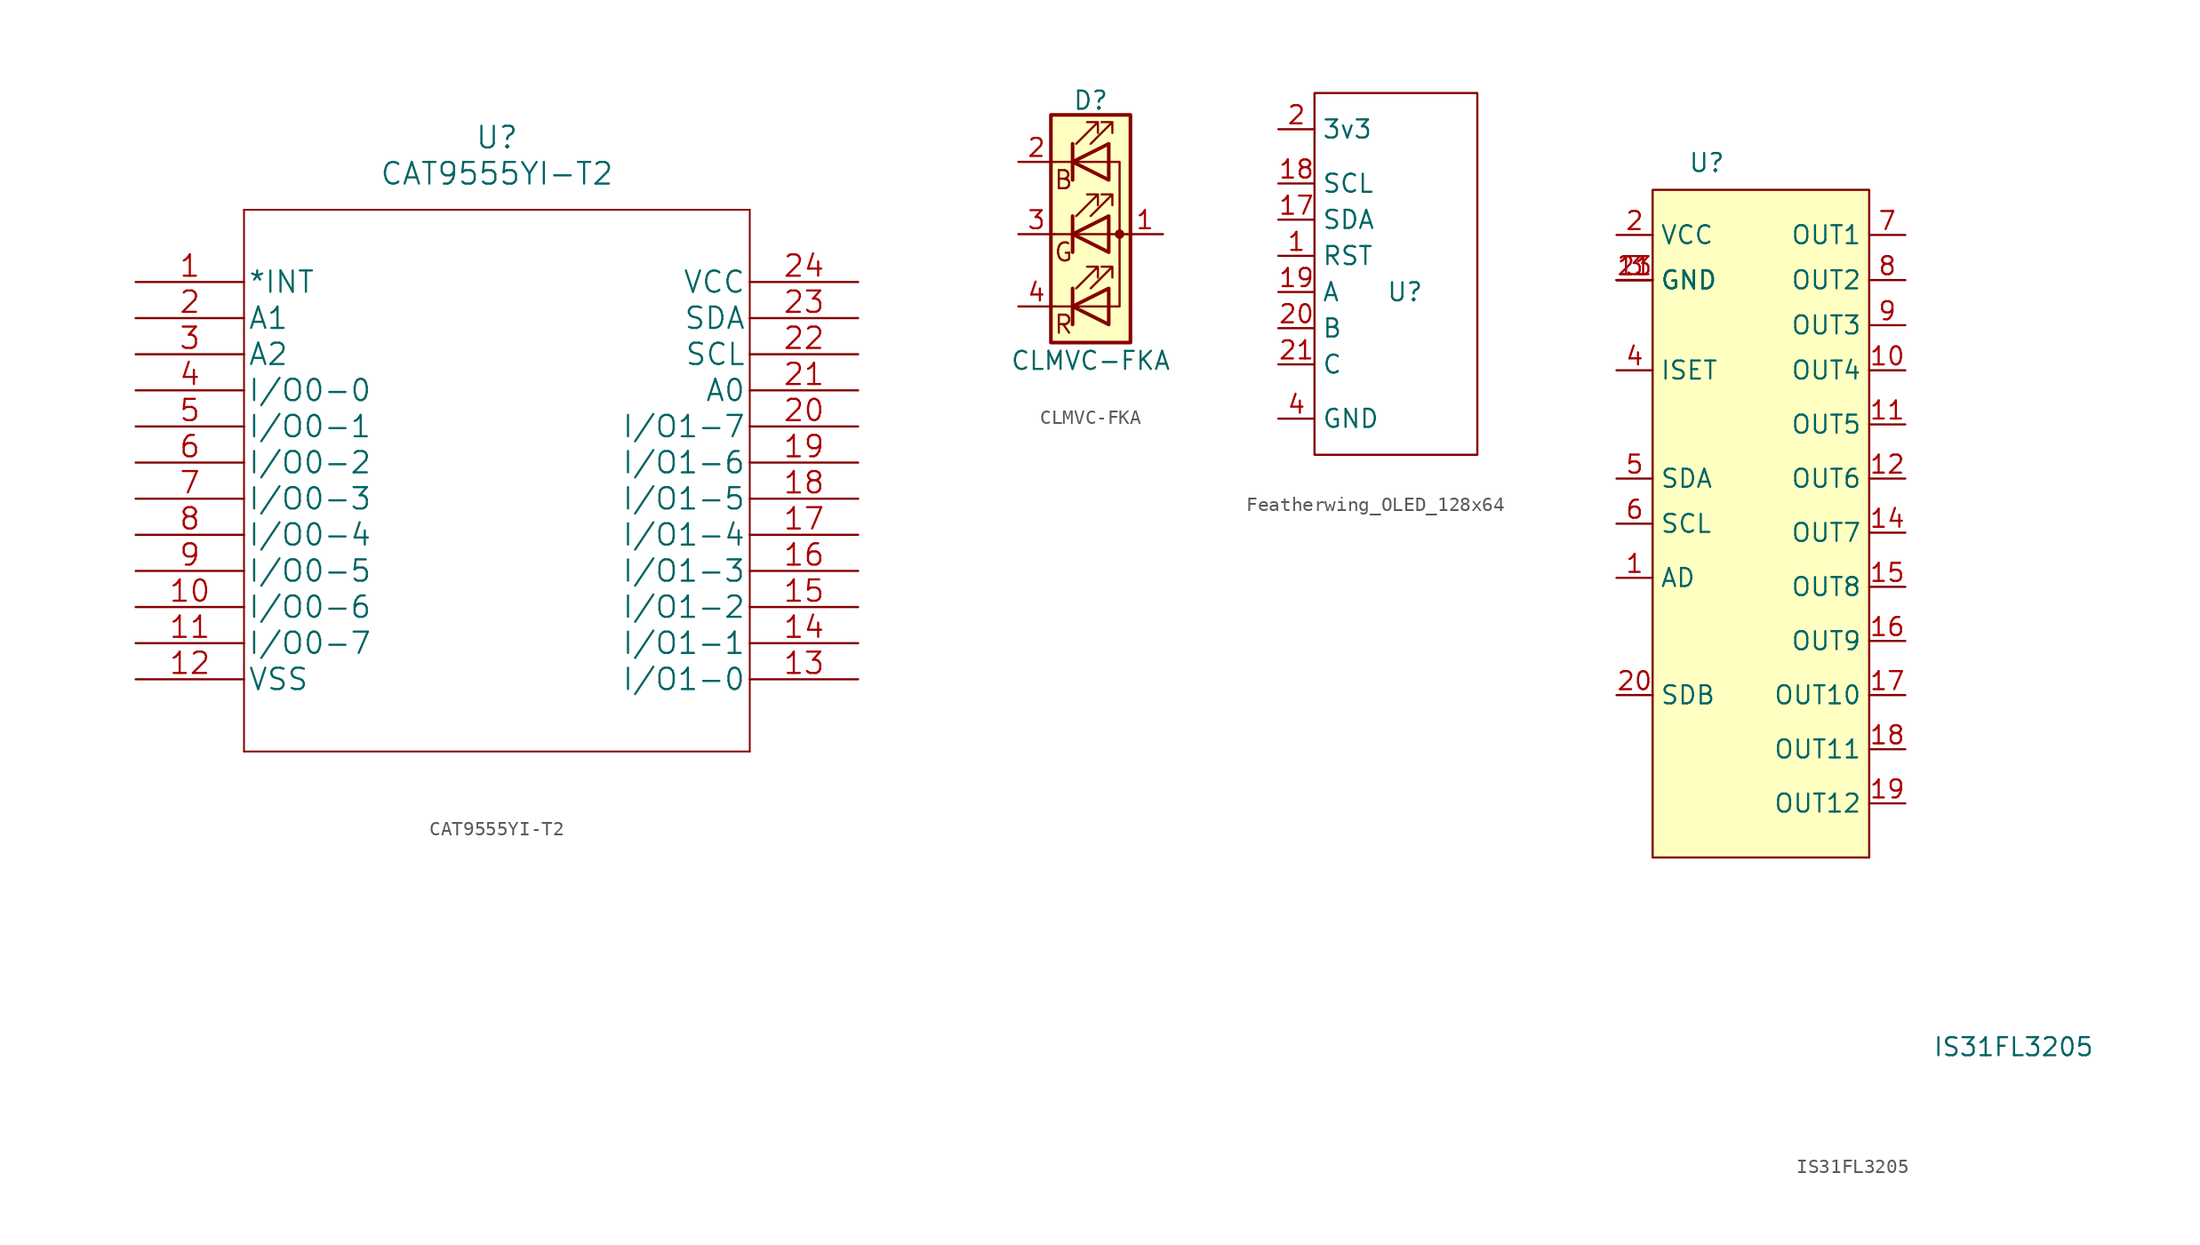
<source format=kicad_sym>
(kicad_symbol_lib
  (version 20220914)
  (generator kicad_symbol_editor)
  (symbol "CAT9555YI-T2"
    (pin_names
      (offset 0.254))
    (property "Reference" "U"
      (at 25.4 10.16 0)
      (effects (font (size 1.524 1.524))))
    (property "Value" "CAT9555YI-T2"
      (at 25.4 7.62 0)
      (effects (font (size 1.524 1.524))))
    (property "Datasheet" ""
      (at 0 0 0)
      (effects (font (size 1.524 1.524))))
    (symbol "CAT9555YI-T2_1_1"
      (polyline (pts (xy 7.62 -33.02) (xy 43.18 -33.02)) (stroke (width 0.127) (type default)) (fill (type none)))
      (polyline (pts (xy 7.62 5.08) (xy 7.62 -33.02)) (stroke (width 0.127) (type default)) (fill (type none)))
      (polyline (pts (xy 43.18 -33.02) (xy 43.18 5.08)) (stroke (width 0.127) (type default)) (fill (type none)))
      (polyline (pts (xy 43.18 5.08) (xy 7.62 5.08)) (stroke (width 0.127) (type default)) (fill (type none)))
      (pin output line (at 0 0 0) (length 7.62) (name "*INT" (effects (font (size 1.499 1.499)))) (number "1" (effects (font (size 1.499 1.499)))))
      (pin bidirectional line (at 0 -22.86 0) (length 7.62) (name "I/O0-6" (effects (font (size 1.499 1.499)))) (number "10" (effects (font (size 1.499 1.499)))))
      (pin bidirectional line (at 0 -25.4 0) (length 7.62) (name "I/O0-7" (effects (font (size 1.499 1.499)))) (number "11" (effects (font (size 1.499 1.499)))))
      (pin power_in line (at 0 -27.94 0) (length 7.62) (name "VSS" (effects (font (size 1.499 1.499)))) (number "12" (effects (font (size 1.499 1.499)))))
      (pin bidirectional line (at 50.8 -27.94 180) (length 7.62) (name "I/O1-0" (effects (font (size 1.499 1.499)))) (number "13" (effects (font (size 1.499 1.499)))))
      (pin bidirectional line (at 50.8 -25.4 180) (length 7.62) (name "I/O1-1" (effects (font (size 1.499 1.499)))) (number "14" (effects (font (size 1.499 1.499)))))
      (pin bidirectional line (at 50.8 -22.86 180) (length 7.62) (name "I/O1-2" (effects (font (size 1.499 1.499)))) (number "15" (effects (font (size 1.499 1.499)))))
      (pin bidirectional line (at 50.8 -20.32 180) (length 7.62) (name "I/O1-3" (effects (font (size 1.499 1.499)))) (number "16" (effects (font (size 1.499 1.499)))))
      (pin bidirectional line (at 50.8 -17.78 180) (length 7.62) (name "I/O1-4" (effects (font (size 1.499 1.499)))) (number "17" (effects (font (size 1.499 1.499)))))
      (pin bidirectional line (at 50.8 -15.24 180) (length 7.62) (name "I/O1-5" (effects (font (size 1.499 1.499)))) (number "18" (effects (font (size 1.499 1.499)))))
      (pin bidirectional line (at 50.8 -12.7 180) (length 7.62) (name "I/O1-6" (effects (font (size 1.499 1.499)))) (number "19" (effects (font (size 1.499 1.499)))))
      (pin input line (at 0 -2.54 0) (length 7.62) (name "A1" (effects (font (size 1.499 1.499)))) (number "2" (effects (font (size 1.499 1.499)))))
      (pin bidirectional line (at 50.8 -10.16 180) (length 7.62) (name "I/O1-7" (effects (font (size 1.499 1.499)))) (number "20" (effects (font (size 1.499 1.499)))))
      (pin input line (at 50.8 -7.62 180) (length 7.62) (name "A0" (effects (font (size 1.499 1.499)))) (number "21" (effects (font (size 1.499 1.499)))))
      (pin unspecified line (at 50.8 -5.08 180) (length 7.62) (name "SCL" (effects (font (size 1.499 1.499)))) (number "22" (effects (font (size 1.499 1.499)))))
      (pin unspecified line (at 50.8 -2.54 180) (length 7.62) (name "SDA" (effects (font (size 1.499 1.499)))) (number "23" (effects (font (size 1.499 1.499)))))
      (pin power_in line (at 50.8 0 180) (length 7.62) (name "VCC" (effects (font (size 1.499 1.499)))) (number "24" (effects (font (size 1.499 1.499)))))
      (pin input line (at 0 -5.08 0) (length 7.62) (name "A2" (effects (font (size 1.499 1.499)))) (number "3" (effects (font (size 1.499 1.499)))))
      (pin bidirectional line (at 0 -7.62 0) (length 7.62) (name "I/O0-0" (effects (font (size 1.499 1.499)))) (number "4" (effects (font (size 1.499 1.499)))))
      (pin bidirectional line (at 0 -10.16 0) (length 7.62) (name "I/O0-1" (effects (font (size 1.499 1.499)))) (number "5" (effects (font (size 1.499 1.499)))))
      (pin bidirectional line (at 0 -12.7 0) (length 7.62) (name "I/O0-2" (effects (font (size 1.499 1.499)))) (number "6" (effects (font (size 1.499 1.499)))))
      (pin bidirectional line (at 0 -15.24 0) (length 7.62) (name "I/O0-3" (effects (font (size 1.499 1.499)))) (number "7" (effects (font (size 1.499 1.499)))))
      (pin bidirectional line (at 0 -17.78 0) (length 7.62) (name "I/O0-4" (effects (font (size 1.499 1.499)))) (number "8" (effects (font (size 1.499 1.499)))))
      (pin bidirectional line (at 0 -20.32 0) (length 7.62) (name "I/O0-5" (effects (font (size 1.499 1.499)))) (number "9" (effects (font (size 1.499 1.499)))))))
  (symbol "CLMVC-FKA"
    (pin_names
      (offset 0) hide)
    (property "Reference" "D"
      (at 0 9.398 0)
      (effects (font (size 1.27 1.27))))
    (property "Value" "CLMVC-FKA"
      (at 0 -8.89 0)
      (effects (font (size 1.27 1.27))))
    (symbol "CLMVC-FKA_0_0"
      (text "B" (at -1.905 3.81 0) (effects (font (size 1.27 1.27))))
      (text "G" (at -1.905 -1.27 0) (effects (font (size 1.27 1.27))))
      (text "R" (at -1.905 -6.35 0) (effects (font (size 1.27 1.27)))))
    (symbol "CLMVC-FKA_0_1"
      (polyline (pts (xy -2.54 -5.08) (xy 1.27 -5.08)) (stroke (width 0) (type default)) (fill (type none)))
      (polyline (pts (xy -1.27 -3.81) (xy -1.27 -6.35)) (stroke (width 0.254) (type default)) (fill (type none)))
      (polyline (pts (xy -1.27 1.27) (xy -1.27 -1.27)) (stroke (width 0.254) (type default)) (fill (type none)))
      (polyline (pts (xy -1.27 6.35) (xy -1.27 3.81)) (stroke (width 0.254) (type default)) (fill (type none)))
      (polyline (pts (xy 1.27 5.08) (xy -2.54 5.08)) (stroke (width 0) (type default)) (fill (type none)))
      (polyline (pts (xy 2.54 0) (xy -2.54 0)) (stroke (width 0) (type default)) (fill (type none)))
      (polyline (pts (xy 1.27 -5.08) (xy 2.032 -5.08) (xy 2.032 5.08) (xy 1.27 5.08)) (stroke (width 0) (type default)) (fill (type none)))
      (polyline (pts (xy 1.27 -3.81) (xy 1.27 -6.35) (xy -1.27 -5.08) (xy 1.27 -3.81)) (stroke (width 0.254) (type default)) (fill (type none)))
      (polyline (pts (xy 1.27 1.27) (xy 1.27 -1.27) (xy -1.27 0) (xy 1.27 1.27)) (stroke (width 0.254) (type default)) (fill (type none)))
      (polyline (pts (xy 1.27 6.35) (xy 1.27 3.81) (xy -1.27 5.08) (xy 1.27 6.35)) (stroke (width 0.254) (type default)) (fill (type none)))
      (polyline (pts (xy -1.016 -3.81) (xy 0.508 -2.286) (xy -0.254 -2.286) (xy 0.508 -2.286) (xy 0.508 -3.048)) (stroke (width 0) (type default)) (fill (type none)))
      (polyline (pts (xy -1.016 1.27) (xy 0.508 2.794) (xy -0.254 2.794) (xy 0.508 2.794) (xy 0.508 2.032)) (stroke (width 0) (type default)) (fill (type none)))
      (polyline (pts (xy -1.016 6.35) (xy 0.508 7.874) (xy -0.254 7.874) (xy 0.508 7.874) (xy 0.508 7.112)) (stroke (width 0) (type default)) (fill (type none)))
      (polyline (pts (xy 0 -3.81) (xy 1.524 -2.286) (xy 0.762 -2.286) (xy 1.524 -2.286) (xy 1.524 -3.048)) (stroke (width 0) (type default)) (fill (type none)))
      (polyline (pts (xy 0 1.27) (xy 1.524 2.794) (xy 0.762 2.794) (xy 1.524 2.794) (xy 1.524 2.032)) (stroke (width 0) (type default)) (fill (type none)))
      (polyline (pts (xy 0 6.35) (xy 1.524 7.874) (xy 0.762 7.874) (xy 1.524 7.874) (xy 1.524 7.112)) (stroke (width 0) (type default)) (fill (type none)))
      (rectangle (start 1.27 6.35) (end 1.27 6.35) (stroke (width 0) (type default)) (fill (type none)))
      (circle (center 2.032 0) (radius 0.254) (stroke (width 0) (type default)) (fill (type outline)))
      (rectangle (start 2.794 8.382) (end -2.794 -7.62) (stroke (width 0.254) (type default)) (fill (type background))))
    (symbol "CLMVC-FKA_1_1"
      (pin passive line (at 5.08 0 180) (length 2.54) (name "A" (effects (font (size 1.27 1.27)))) (number "1" (effects (font (size 1.27 1.27)))))
      (pin passive line (at -5.08 5.08 0) (length 2.54) (name "BK" (effects (font (size 1.27 1.27)))) (number "2" (effects (font (size 1.27 1.27)))))
      (pin passive line (at -5.08 0 0) (length 2.54) (name "GK" (effects (font (size 1.27 1.27)))) (number "3" (effects (font (size 1.27 1.27)))))
      (pin passive line (at -5.08 -5.08 0) (length 2.54) (name "RK" (effects (font (size 1.27 1.27)))) (number "4" (effects (font (size 1.27 1.27)))))))
  (symbol "Featherwing_OLED_128x64"
    (property "Reference" "U"
      (at 0 0 0)
      (effects (font (size 1.27 1.27))))
    (property "Value" ""
      (at 0 0 0)
      (effects (font (size 1.27 1.27))))
    (symbol "Featherwing_OLED_128x64_0_1"
      (rectangle (start -6.35 13.97) (end 5.08 -11.43) (stroke (width 0) (type default)) (fill (type none))))
    (symbol "Featherwing_OLED_128x64_1_1"
      (pin bidirectional line (at -8.89 2.54 0) (length 2.54) (name "RST" (effects (font (size 1.27 1.27)))) (number "1" (effects (font (size 1.27 1.27)))))
      (pin bidirectional line (at -8.89 5.08 0) (length 2.54) (name "SDA" (effects (font (size 1.27 1.27)))) (number "17" (effects (font (size 1.27 1.27)))))
      (pin bidirectional line (at -8.89 7.62 0) (length 2.54) (name "SCL" (effects (font (size 1.27 1.27)))) (number "18" (effects (font (size 1.27 1.27)))))
      (pin bidirectional line (at -8.89 0 0) (length 2.54) (name "A" (effects (font (size 1.27 1.27)))) (number "19" (effects (font (size 1.27 1.27)))))
      (pin bidirectional line (at -8.89 11.43 0) (length 2.54) (name "3v3" (effects (font (size 1.27 1.27)))) (number "2" (effects (font (size 1.27 1.27)))))
      (pin bidirectional line (at -8.89 -2.54 0) (length 2.54) (name "B" (effects (font (size 1.27 1.27)))) (number "20" (effects (font (size 1.27 1.27)))))
      (pin bidirectional line (at -8.89 -5.08 0) (length 2.54) (name "C" (effects (font (size 1.27 1.27)))) (number "21" (effects (font (size 1.27 1.27)))))
      (pin bidirectional line (at -8.89 -8.89 0) (length 2.54) (name "GND" (effects (font (size 1.27 1.27)))) (number "4" (effects (font (size 1.27 1.27)))))))
  (symbol "IS31FL3205"
    (property "Reference" "U"
      (at -3.175 12.7 0)
      (effects (font (size 1.27 1.27))))
    (property "Value" "IS31FL3205"
      (at 18.415 -49.53 0)
      (effects (font (size 1.27 1.27))))
    (symbol "IS31FL3205_0_1"
      (rectangle (start 8.255 -36.195) (end -6.985 10.795) (stroke (width 0) (type default)) (fill (type background))))
    (symbol "IS31FL3205_1_1"
      (pin input line (at -9.525 -16.51 0) (length 2.54) (name "AD" (effects (font (size 1.27 1.27)))) (number "1" (effects (font (size 1.27 1.27)))))
      (pin output line (at 10.795 -1.905 180) (length 2.54) (name "OUT4" (effects (font (size 1.27 1.27)))) (number "10" (effects (font (size 1.27 1.27)))))
      (pin output line (at 10.795 -5.715 180) (length 2.54) (name "OUT5" (effects (font (size 1.27 1.27)))) (number "11" (effects (font (size 1.27 1.27)))))
      (pin output line (at 10.795 -9.525 180) (length 2.54) (name "OUT6" (effects (font (size 1.27 1.27)))) (number "12" (effects (font (size 1.27 1.27)))))
      (pin power_in line (at -9.525 4.445 0) (length 2.54) (name "GND" (effects (font (size 1.27 1.27)))) (number "13" (effects (font (size 1.27 1.27)))))
      (pin output line (at 10.795 -13.335 180) (length 2.54) (name "OUT7" (effects (font (size 1.27 1.27)))) (number "14" (effects (font (size 1.27 1.27)))))
      (pin output line (at 10.795 -17.145 180) (length 2.54) (name "OUT8" (effects (font (size 1.27 1.27)))) (number "15" (effects (font (size 1.27 1.27)))))
      (pin output line (at 10.795 -20.955 180) (length 2.54) (name "OUT9" (effects (font (size 1.27 1.27)))) (number "16" (effects (font (size 1.27 1.27)))))
      (pin output line (at 10.795 -24.765 180) (length 2.54) (name "OUT10" (effects (font (size 1.27 1.27)))) (number "17" (effects (font (size 1.27 1.27)))))
      (pin output line (at 10.795 -28.575 180) (length 2.54) (name "OUT11" (effects (font (size 1.27 1.27)))) (number "18" (effects (font (size 1.27 1.27)))))
      (pin output line (at 10.795 -32.385 180) (length 2.54) (name "OUT12" (effects (font (size 1.27 1.27)))) (number "19" (effects (font (size 1.27 1.27)))))
      (pin power_in line (at -9.525 7.62 0) (length 2.54) (name "VCC" (effects (font (size 1.27 1.27)))) (number "2" (effects (font (size 1.27 1.27)))))
      (pin input line (at -9.525 -24.765 0) (length 2.54) (name "SDB" (effects (font (size 1.27 1.27)))) (number "20" (effects (font (size 1.27 1.27)))))
      (pin power_in line (at -9.525 4.445 0) (length 2.54) (name "GND" (effects (font (size 1.27 1.27)))) (number "21" (effects (font (size 1.27 1.27)))))
      (pin power_in line (at -9.525 4.445 0) (length 2.54) (name "GND" (effects (font (size 1.27 1.27)))) (number "3" (effects (font (size 1.27 1.27)))))
      (pin input line (at -9.525 -1.905 0) (length 2.54) (name "ISET" (effects (font (size 1.27 1.27)))) (number "4" (effects (font (size 1.27 1.27)))))
      (pin bidirectional line (at -9.525 -9.525 0) (length 2.54) (name "SDA" (effects (font (size 1.27 1.27)))) (number "5" (effects (font (size 1.27 1.27)))))
      (pin input line (at -9.525 -12.7 0) (length 2.54) (name "SCL" (effects (font (size 1.27 1.27)))) (number "6" (effects (font (size 1.27 1.27)))))
      (pin output line (at 10.795 7.62 180) (length 2.54) (name "OUT1" (effects (font (size 1.27 1.27)))) (number "7" (effects (font (size 1.27 1.27)))))
      (pin output line (at 10.795 4.445 180) (length 2.54) (name "OUT2" (effects (font (size 1.27 1.27)))) (number "8" (effects (font (size 1.27 1.27)))))
      (pin output line (at 10.795 1.27 180) (length 2.54) (name "OUT3" (effects (font (size 1.27 1.27)))) (number "9" (effects (font (size 1.27 1.27))))))))
</source>
